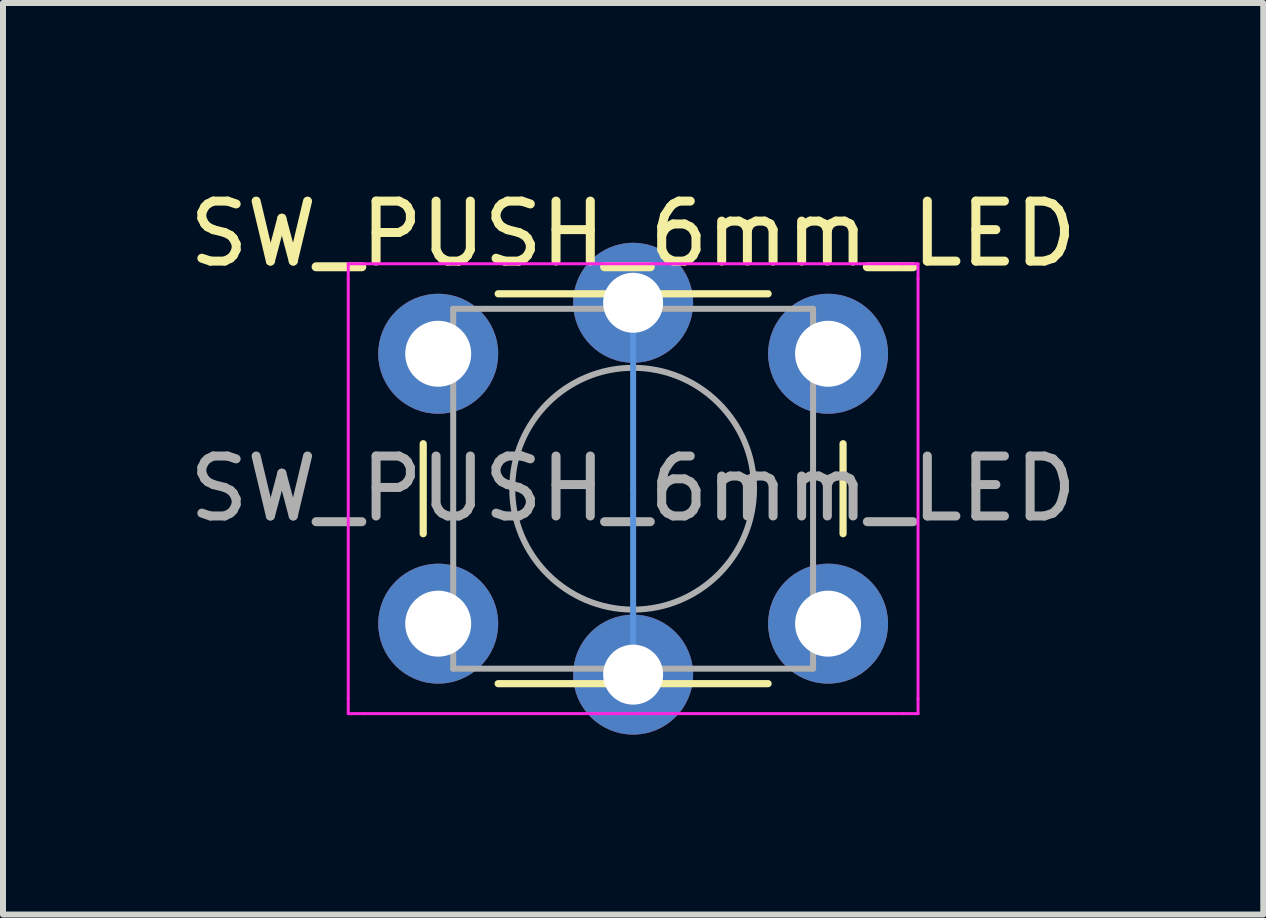
<source format=kicad_pcb>
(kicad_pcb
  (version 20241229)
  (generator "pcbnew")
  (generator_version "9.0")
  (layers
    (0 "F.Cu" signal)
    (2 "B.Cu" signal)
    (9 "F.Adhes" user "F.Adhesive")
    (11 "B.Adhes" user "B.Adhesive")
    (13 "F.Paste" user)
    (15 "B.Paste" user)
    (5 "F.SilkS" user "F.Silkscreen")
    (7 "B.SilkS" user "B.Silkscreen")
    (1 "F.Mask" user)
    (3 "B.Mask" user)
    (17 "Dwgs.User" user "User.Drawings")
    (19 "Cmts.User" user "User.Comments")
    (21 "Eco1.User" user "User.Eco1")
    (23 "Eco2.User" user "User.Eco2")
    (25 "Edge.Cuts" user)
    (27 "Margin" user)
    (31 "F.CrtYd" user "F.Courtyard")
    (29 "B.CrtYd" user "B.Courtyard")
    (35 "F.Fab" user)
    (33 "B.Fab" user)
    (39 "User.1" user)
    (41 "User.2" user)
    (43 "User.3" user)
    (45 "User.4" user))
  (footprint "SW_PUSH_6mm_LED"
    (layer "F.Cu")
    (at 7.506 5.098)
    (property "Reference" "SW_PUSH_6mm_LED" (at 0 -4.25 0) (layer "F.SilkS") (effects (font (size 1 1) (thickness 0.15))))
    (attr through_hole)
    (fp_line (start -3.5 -0.75) (end -3.5 0.75) (stroke (width 0.12) (type solid)) (layer "F.SilkS"))
    (fp_line (start -2.25 3.25) (end 2.25 3.25) (stroke (width 0.12) (type solid)) (layer "F.SilkS"))
    (fp_line (start 2.25 -3.25) (end -2.25 -3.25) (stroke (width 0.12) (type solid)) (layer "F.SilkS"))
    (fp_line (start 3.5 0.75) (end 3.5 -0.75) (stroke (width 0.12) (type solid)) (layer "F.SilkS"))
    (fp_line (start 0 0) (end 0 -3.1) (stroke (width 0.1) (type default)) (layer "Cmts.User"))
    (fp_line (start 0 0) (end 0 3.1) (stroke (width 0.1) (type default)) (layer "Cmts.User"))
    (fp_line (start -4.75 -3.75) (end -4.5 -3.75) (stroke (width 0.05) (type solid)) (layer "F.CrtYd"))
    (fp_line (start -4.75 -3.5) (end -4.75 -3.75) (stroke (width 0.05) (type solid)) (layer "F.CrtYd"))
    (fp_line (start -4.75 3.5) (end -4.75 -3.5) (stroke (width 0.05) (type solid)) (layer "F.CrtYd"))
    (fp_line (start -4.75 3.5) (end -4.75 3.75) (stroke (width 0.05) (type solid)) (layer "F.CrtYd"))
    (fp_line (start -4.75 3.75) (end -4.5 3.75) (stroke (width 0.05) (type solid)) (layer "F.CrtYd"))
    (fp_line (start -4.5 -3.75) (end 4.5 -3.75) (stroke (width 0.05) (type solid)) (layer "F.CrtYd"))
    (fp_line (start 4.5 -3.75) (end 4.75 -3.75) (stroke (width 0.05) (type solid)) (layer "F.CrtYd"))
    (fp_line (start 4.5 3.75) (end -4.5 3.75) (stroke (width 0.05) (type solid)) (layer "F.CrtYd"))
    (fp_line (start 4.5 3.75) (end 4.75 3.75) (stroke (width 0.05) (type solid)) (layer "F.CrtYd"))
    (fp_line (start 4.75 -3.75) (end 4.75 -3.5) (stroke (width 0.05) (type solid)) (layer "F.CrtYd"))
    (fp_line (start 4.75 -3.5) (end 4.75 3.5) (stroke (width 0.05) (type solid)) (layer "F.CrtYd"))
    (fp_line (start 4.75 3.75) (end 4.75 3.5) (stroke (width 0.05) (type solid)) (layer "F.CrtYd"))
    (fp_line (start -3 -3) (end 0 -3) (stroke (width 0.1) (type solid)) (layer "F.Fab"))
    (fp_line (start -3 3) (end -3 -3) (stroke (width 0.1) (type solid)) (layer "F.Fab"))
    (fp_line (start 0 -3) (end 3 -3) (stroke (width 0.1) (type solid)) (layer "F.Fab"))
    (fp_line (start 3 -3) (end 3 3) (stroke (width 0.1) (type solid)) (layer "F.Fab"))
    (fp_line (start 3 3) (end -3 3) (stroke (width 0.1) (type solid)) (layer "F.Fab"))
    (fp_circle (center 0 0) (end -2 0.25) (stroke (width 0.1) (type solid)) (fill no) (layer "F.Fab"))
    (fp_text user "${REFERENCE}" (at 0 0 0) (layer "F.Fab") (effects (font (size 1 1) (thickness 0.15))))
    (pad "1" thru_hole circle (at -3.25 -2.25 90) (size 2 2) (drill 1.1) (layers "*.Cu" "*.Mask"))
    (pad "1" thru_hole circle (at 3.25 -2.25 90) (size 2 2) (drill 1.1) (layers "*.Cu" "*.Mask"))
    (pad "2" thru_hole circle (at -3.25 2.25 90) (size 2 2) (drill 1.1) (layers "*.Cu" "*.Mask"))
    (pad "2" thru_hole circle (at 3.25 2.25 90) (size 2 2) (drill 1.1) (layers "*.Cu" "*.Mask"))
    (pad "3" thru_hole circle (at 0 -3.1 90) (size 2 2) (drill 1) (layers "*.Cu" "*.Mask"))
    (pad "4" thru_hole circle (at 0 3.1 90) (size 2 2) (drill 1) (layers "*.Cu" "*.Mask")))
  (gr_rect
    (start -3 -3)
    (end 18.012 12.198)
    (stroke (width 0.1) (type default))
    (fill no)
    (layer "Edge.Cuts")))
</source>
